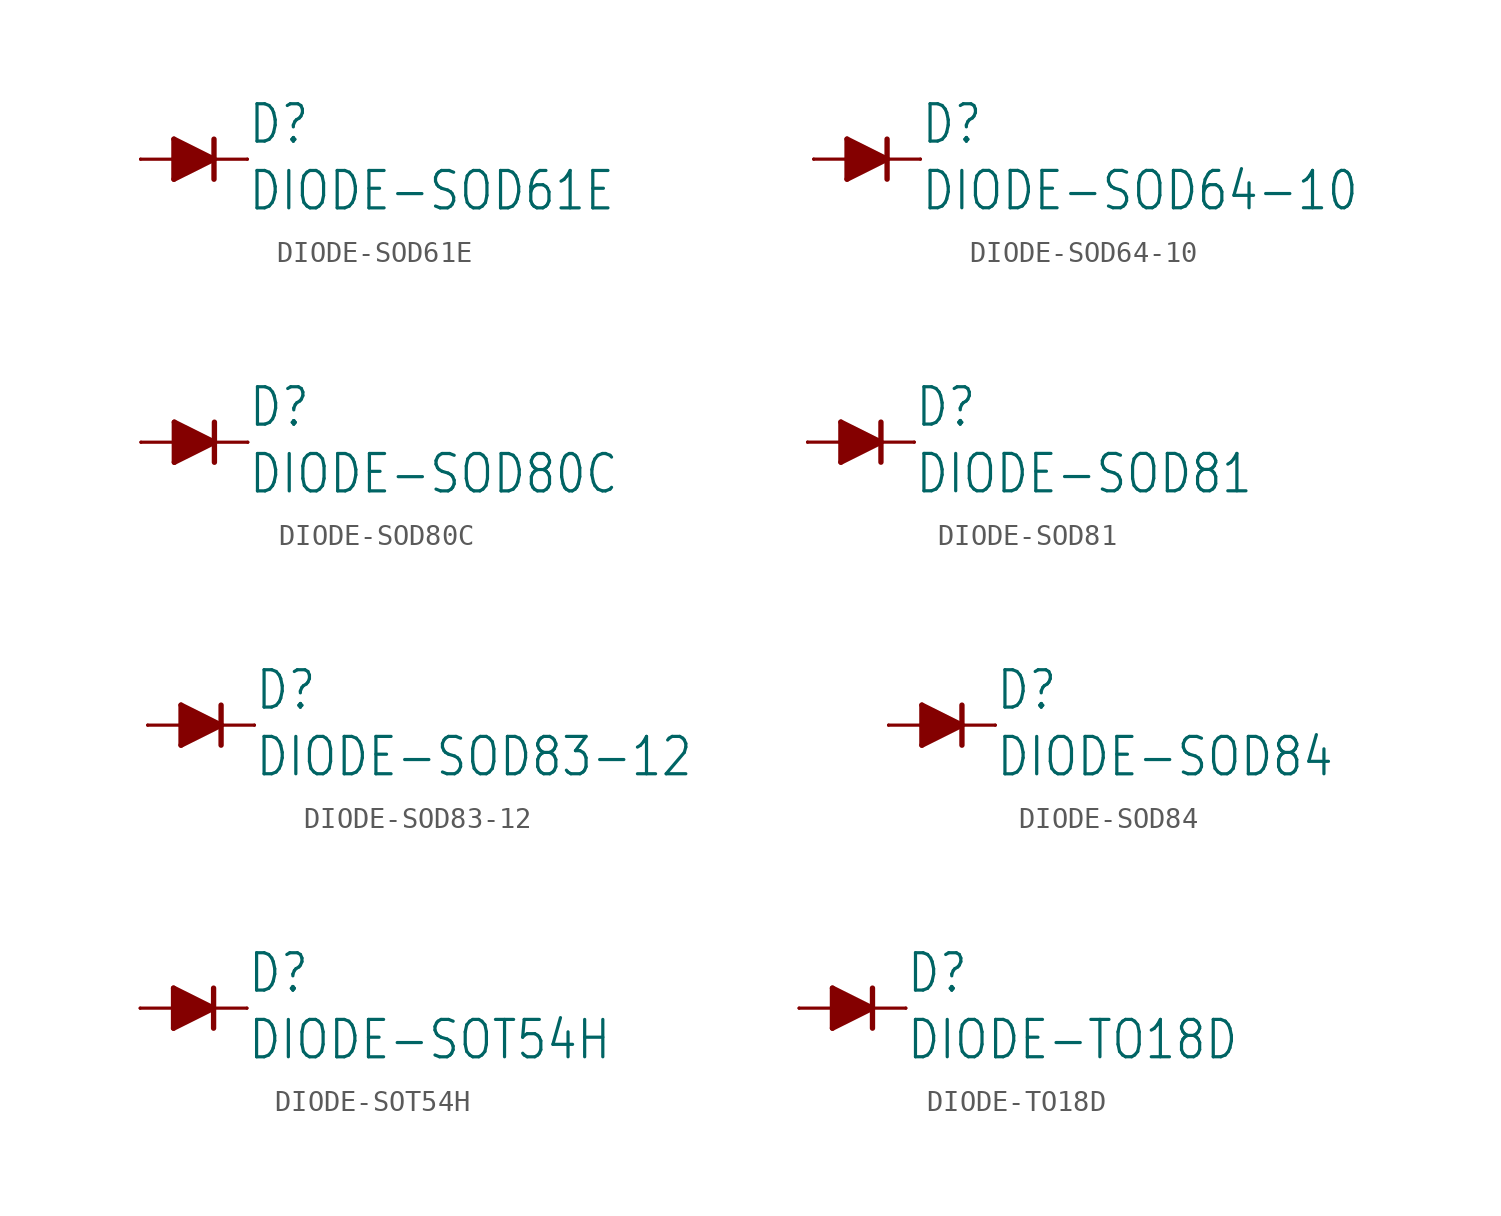
<source format=kicad_sym>
(kicad_symbol_lib
  (version 20211014)
  (generator kicad_symbol_editor)
  (symbol "DIODE-SOD61E"
    (property "Reference" "D"
      (at 2.54 0.635 0)
      (effects (font (size 1.778 1.511)) (justify left bottom)))
    (property "Value" "DIODE-SOD61E"
      (at 2.54 -2.54 0)
      (effects (font (size 1.778 1.511)) (justify left bottom)))
    (property "ki_locked" ""
      (at 0 0 0)
      (effects (font (size 1.27 1.27))))
    (symbol "DIODE-SOD61E_1_0"
      (polyline (pts (xy -0.953 -0.953) (xy 0.953 0)) (stroke (width 0.254) (type default) (color 0 0 0 0)) (fill (type none)))
      (polyline (pts (xy -0.953 0) (xy -2.54 0)) (stroke (width 0.152) (type default) (color 0 0 0 0)) (fill (type none)))
      (polyline (pts (xy -0.953 0) (xy -0.953 -0.953)) (stroke (width 0.254) (type default) (color 0 0 0 0)) (fill (type none)))
      (polyline (pts (xy -0.953 0.953) (xy -0.953 0)) (stroke (width 0.254) (type default) (color 0 0 0 0)) (fill (type none)))
      (polyline (pts (xy 0.953 0) (xy -0.953 0.953)) (stroke (width 0.254) (type default) (color 0 0 0 0)) (fill (type none)))
      (polyline (pts (xy 0.953 0) (xy 0.953 -0.953)) (stroke (width 0.254) (type default) (color 0 0 0 0)) (fill (type none)))
      (polyline (pts (xy 0.953 0) (xy 2.54 0)) (stroke (width 0.152) (type default) (color 0 0 0 0)) (fill (type none)))
      (polyline (pts (xy 0.953 0.953) (xy 0.953 0)) (stroke (width 0.254) (type default) (color 0 0 0 0)) (fill (type none)))
      (polyline (pts (xy -0.953 0.953) (xy 0.953 0) (xy -0.953 -0.953)) (stroke (width 0) (type default) (color 0 0 0 0)) (fill (type outline)))
      (pin passive line (at -2.54 0 0) (length 0) (name "A" (effects (font (size 0 0)))) (number "A" (effects (font (size 0 0)))))
      (pin passive line (at 2.54 0 180) (length 0) (name "C" (effects (font (size 0 0)))) (number "C" (effects (font (size 0 0)))))))
  (symbol "DIODE-SOD64-10"
    (property "Reference" "D"
      (at 2.54 0.635 0)
      (effects (font (size 1.778 1.511)) (justify left bottom)))
    (property "Value" "DIODE-SOD64-10"
      (at 2.54 -2.54 0)
      (effects (font (size 1.778 1.511)) (justify left bottom)))
    (property "ki_locked" ""
      (at 0 0 0)
      (effects (font (size 1.27 1.27))))
    (symbol "DIODE-SOD64-10_1_0"
      (polyline (pts (xy -0.953 -0.953) (xy 0.953 0)) (stroke (width 0.254) (type default) (color 0 0 0 0)) (fill (type none)))
      (polyline (pts (xy -0.953 0) (xy -2.54 0)) (stroke (width 0.152) (type default) (color 0 0 0 0)) (fill (type none)))
      (polyline (pts (xy -0.953 0) (xy -0.953 -0.953)) (stroke (width 0.254) (type default) (color 0 0 0 0)) (fill (type none)))
      (polyline (pts (xy -0.953 0.953) (xy -0.953 0)) (stroke (width 0.254) (type default) (color 0 0 0 0)) (fill (type none)))
      (polyline (pts (xy 0.953 0) (xy -0.953 0.953)) (stroke (width 0.254) (type default) (color 0 0 0 0)) (fill (type none)))
      (polyline (pts (xy 0.953 0) (xy 0.953 -0.953)) (stroke (width 0.254) (type default) (color 0 0 0 0)) (fill (type none)))
      (polyline (pts (xy 0.953 0) (xy 2.54 0)) (stroke (width 0.152) (type default) (color 0 0 0 0)) (fill (type none)))
      (polyline (pts (xy 0.953 0.953) (xy 0.953 0)) (stroke (width 0.254) (type default) (color 0 0 0 0)) (fill (type none)))
      (polyline (pts (xy -0.953 0.953) (xy 0.953 0) (xy -0.953 -0.953)) (stroke (width 0) (type default) (color 0 0 0 0)) (fill (type outline)))
      (pin passive line (at -2.54 0 0) (length 0) (name "A" (effects (font (size 0 0)))) (number "A" (effects (font (size 0 0)))))
      (pin passive line (at 2.54 0 180) (length 0) (name "C" (effects (font (size 0 0)))) (number "C" (effects (font (size 0 0)))))))
  (symbol "DIODE-SOD80C"
    (property "Reference" "D"
      (at 2.54 0.635 0)
      (effects (font (size 1.778 1.511)) (justify left bottom)))
    (property "Value" "DIODE-SOD80C"
      (at 2.54 -2.54 0)
      (effects (font (size 1.778 1.511)) (justify left bottom)))
    (property "ki_locked" ""
      (at 0 0 0)
      (effects (font (size 1.27 1.27))))
    (symbol "DIODE-SOD80C_1_0"
      (polyline (pts (xy -0.953 -0.953) (xy 0.953 0)) (stroke (width 0.254) (type default) (color 0 0 0 0)) (fill (type none)))
      (polyline (pts (xy -0.953 0) (xy -2.54 0)) (stroke (width 0.152) (type default) (color 0 0 0 0)) (fill (type none)))
      (polyline (pts (xy -0.953 0) (xy -0.953 -0.953)) (stroke (width 0.254) (type default) (color 0 0 0 0)) (fill (type none)))
      (polyline (pts (xy -0.953 0.953) (xy -0.953 0)) (stroke (width 0.254) (type default) (color 0 0 0 0)) (fill (type none)))
      (polyline (pts (xy 0.953 0) (xy -0.953 0.953)) (stroke (width 0.254) (type default) (color 0 0 0 0)) (fill (type none)))
      (polyline (pts (xy 0.953 0) (xy 0.953 -0.953)) (stroke (width 0.254) (type default) (color 0 0 0 0)) (fill (type none)))
      (polyline (pts (xy 0.953 0) (xy 2.54 0)) (stroke (width 0.152) (type default) (color 0 0 0 0)) (fill (type none)))
      (polyline (pts (xy 0.953 0.953) (xy 0.953 0)) (stroke (width 0.254) (type default) (color 0 0 0 0)) (fill (type none)))
      (polyline (pts (xy -0.953 0.953) (xy 0.953 0) (xy -0.953 -0.953)) (stroke (width 0) (type default) (color 0 0 0 0)) (fill (type outline)))
      (pin passive line (at -2.54 0 0) (length 0) (name "A" (effects (font (size 0 0)))) (number "A" (effects (font (size 0 0)))))
      (pin passive line (at 2.54 0 180) (length 0) (name "C" (effects (font (size 0 0)))) (number "C" (effects (font (size 0 0)))))))
  (symbol "DIODE-SOD81"
    (property "Reference" "D"
      (at 2.54 0.635 0)
      (effects (font (size 1.778 1.511)) (justify left bottom)))
    (property "Value" "DIODE-SOD81"
      (at 2.54 -2.54 0)
      (effects (font (size 1.778 1.511)) (justify left bottom)))
    (property "ki_locked" ""
      (at 0 0 0)
      (effects (font (size 1.27 1.27))))
    (symbol "DIODE-SOD81_1_0"
      (polyline (pts (xy -0.953 -0.953) (xy 0.953 0)) (stroke (width 0.254) (type default) (color 0 0 0 0)) (fill (type none)))
      (polyline (pts (xy -0.953 0) (xy -2.54 0)) (stroke (width 0.152) (type default) (color 0 0 0 0)) (fill (type none)))
      (polyline (pts (xy -0.953 0) (xy -0.953 -0.953)) (stroke (width 0.254) (type default) (color 0 0 0 0)) (fill (type none)))
      (polyline (pts (xy -0.953 0.953) (xy -0.953 0)) (stroke (width 0.254) (type default) (color 0 0 0 0)) (fill (type none)))
      (polyline (pts (xy 0.953 0) (xy -0.953 0.953)) (stroke (width 0.254) (type default) (color 0 0 0 0)) (fill (type none)))
      (polyline (pts (xy 0.953 0) (xy 0.953 -0.953)) (stroke (width 0.254) (type default) (color 0 0 0 0)) (fill (type none)))
      (polyline (pts (xy 0.953 0) (xy 2.54 0)) (stroke (width 0.152) (type default) (color 0 0 0 0)) (fill (type none)))
      (polyline (pts (xy 0.953 0.953) (xy 0.953 0)) (stroke (width 0.254) (type default) (color 0 0 0 0)) (fill (type none)))
      (polyline (pts (xy -0.953 0.953) (xy 0.953 0) (xy -0.953 -0.953)) (stroke (width 0) (type default) (color 0 0 0 0)) (fill (type outline)))
      (pin passive line (at -2.54 0 0) (length 0) (name "A" (effects (font (size 0 0)))) (number "A" (effects (font (size 0 0)))))
      (pin passive line (at 2.54 0 180) (length 0) (name "C" (effects (font (size 0 0)))) (number "C" (effects (font (size 0 0)))))))
  (symbol "DIODE-SOD83-12"
    (property "Reference" "D"
      (at 2.54 0.635 0)
      (effects (font (size 1.778 1.511)) (justify left bottom)))
    (property "Value" "DIODE-SOD83-12"
      (at 2.54 -2.54 0)
      (effects (font (size 1.778 1.511)) (justify left bottom)))
    (property "ki_locked" ""
      (at 0 0 0)
      (effects (font (size 1.27 1.27))))
    (symbol "DIODE-SOD83-12_1_0"
      (polyline (pts (xy -0.953 -0.953) (xy 0.953 0)) (stroke (width 0.254) (type default) (color 0 0 0 0)) (fill (type none)))
      (polyline (pts (xy -0.953 0) (xy -2.54 0)) (stroke (width 0.152) (type default) (color 0 0 0 0)) (fill (type none)))
      (polyline (pts (xy -0.953 0) (xy -0.953 -0.953)) (stroke (width 0.254) (type default) (color 0 0 0 0)) (fill (type none)))
      (polyline (pts (xy -0.953 0.953) (xy -0.953 0)) (stroke (width 0.254) (type default) (color 0 0 0 0)) (fill (type none)))
      (polyline (pts (xy 0.953 0) (xy -0.953 0.953)) (stroke (width 0.254) (type default) (color 0 0 0 0)) (fill (type none)))
      (polyline (pts (xy 0.953 0) (xy 0.953 -0.953)) (stroke (width 0.254) (type default) (color 0 0 0 0)) (fill (type none)))
      (polyline (pts (xy 0.953 0) (xy 2.54 0)) (stroke (width 0.152) (type default) (color 0 0 0 0)) (fill (type none)))
      (polyline (pts (xy 0.953 0.953) (xy 0.953 0)) (stroke (width 0.254) (type default) (color 0 0 0 0)) (fill (type none)))
      (polyline (pts (xy -0.953 0.953) (xy 0.953 0) (xy -0.953 -0.953)) (stroke (width 0) (type default) (color 0 0 0 0)) (fill (type outline)))
      (pin passive line (at -2.54 0 0) (length 0) (name "A" (effects (font (size 0 0)))) (number "A" (effects (font (size 0 0)))))
      (pin passive line (at 2.54 0 180) (length 0) (name "C" (effects (font (size 0 0)))) (number "C" (effects (font (size 0 0)))))))
  (symbol "DIODE-SOD84"
    (property "Reference" "D"
      (at 2.54 0.635 0)
      (effects (font (size 1.778 1.511)) (justify left bottom)))
    (property "Value" "DIODE-SOD84"
      (at 2.54 -2.54 0)
      (effects (font (size 1.778 1.511)) (justify left bottom)))
    (property "ki_locked" ""
      (at 0 0 0)
      (effects (font (size 1.27 1.27))))
    (symbol "DIODE-SOD84_1_0"
      (polyline (pts (xy -0.953 -0.953) (xy 0.953 0)) (stroke (width 0.254) (type default) (color 0 0 0 0)) (fill (type none)))
      (polyline (pts (xy -0.953 0) (xy -2.54 0)) (stroke (width 0.152) (type default) (color 0 0 0 0)) (fill (type none)))
      (polyline (pts (xy -0.953 0) (xy -0.953 -0.953)) (stroke (width 0.254) (type default) (color 0 0 0 0)) (fill (type none)))
      (polyline (pts (xy -0.953 0.953) (xy -0.953 0)) (stroke (width 0.254) (type default) (color 0 0 0 0)) (fill (type none)))
      (polyline (pts (xy 0.953 0) (xy -0.953 0.953)) (stroke (width 0.254) (type default) (color 0 0 0 0)) (fill (type none)))
      (polyline (pts (xy 0.953 0) (xy 0.953 -0.953)) (stroke (width 0.254) (type default) (color 0 0 0 0)) (fill (type none)))
      (polyline (pts (xy 0.953 0) (xy 2.54 0)) (stroke (width 0.152) (type default) (color 0 0 0 0)) (fill (type none)))
      (polyline (pts (xy 0.953 0.953) (xy 0.953 0)) (stroke (width 0.254) (type default) (color 0 0 0 0)) (fill (type none)))
      (polyline (pts (xy -0.953 0.953) (xy 0.953 0) (xy -0.953 -0.953)) (stroke (width 0) (type default) (color 0 0 0 0)) (fill (type outline)))
      (pin passive line (at -2.54 0 0) (length 0) (name "A" (effects (font (size 0 0)))) (number "A" (effects (font (size 0 0)))))
      (pin passive line (at 2.54 0 180) (length 0) (name "C" (effects (font (size 0 0)))) (number "C" (effects (font (size 0 0)))))))
  (symbol "DIODE-SOT54H"
    (property "Reference" "D"
      (at 2.54 0.635 0)
      (effects (font (size 1.778 1.511)) (justify left bottom)))
    (property "Value" "DIODE-SOT54H"
      (at 2.54 -2.54 0)
      (effects (font (size 1.778 1.511)) (justify left bottom)))
    (property "ki_locked" ""
      (at 0 0 0)
      (effects (font (size 1.27 1.27))))
    (symbol "DIODE-SOT54H_1_0"
      (polyline (pts (xy -0.953 -0.953) (xy 0.953 0)) (stroke (width 0.254) (type default) (color 0 0 0 0)) (fill (type none)))
      (polyline (pts (xy -0.953 0) (xy -2.54 0)) (stroke (width 0.152) (type default) (color 0 0 0 0)) (fill (type none)))
      (polyline (pts (xy -0.953 0) (xy -0.953 -0.953)) (stroke (width 0.254) (type default) (color 0 0 0 0)) (fill (type none)))
      (polyline (pts (xy -0.953 0.953) (xy -0.953 0)) (stroke (width 0.254) (type default) (color 0 0 0 0)) (fill (type none)))
      (polyline (pts (xy 0.953 0) (xy -0.953 0.953)) (stroke (width 0.254) (type default) (color 0 0 0 0)) (fill (type none)))
      (polyline (pts (xy 0.953 0) (xy 0.953 -0.953)) (stroke (width 0.254) (type default) (color 0 0 0 0)) (fill (type none)))
      (polyline (pts (xy 0.953 0) (xy 2.54 0)) (stroke (width 0.152) (type default) (color 0 0 0 0)) (fill (type none)))
      (polyline (pts (xy 0.953 0.953) (xy 0.953 0)) (stroke (width 0.254) (type default) (color 0 0 0 0)) (fill (type none)))
      (polyline (pts (xy -0.953 0.953) (xy 0.953 0) (xy -0.953 -0.953)) (stroke (width 0) (type default) (color 0 0 0 0)) (fill (type outline)))
      (pin passive line (at -2.54 0 0) (length 0) (name "A" (effects (font (size 0 0)))) (number "A" (effects (font (size 0 0)))))
      (pin passive line (at 2.54 0 180) (length 0) (name "C" (effects (font (size 0 0)))) (number "C" (effects (font (size 0 0)))))))
  (symbol "DIODE-TO18D"
    (property "Reference" "D"
      (at 2.54 0.635 0)
      (effects (font (size 1.778 1.511)) (justify left bottom)))
    (property "Value" "DIODE-TO18D"
      (at 2.54 -2.54 0)
      (effects (font (size 1.778 1.511)) (justify left bottom)))
    (property "ki_locked" ""
      (at 0 0 0)
      (effects (font (size 1.27 1.27))))
    (symbol "DIODE-TO18D_1_0"
      (polyline (pts (xy -0.953 -0.953) (xy 0.953 0)) (stroke (width 0.254) (type default) (color 0 0 0 0)) (fill (type none)))
      (polyline (pts (xy -0.953 0) (xy -2.54 0)) (stroke (width 0.152) (type default) (color 0 0 0 0)) (fill (type none)))
      (polyline (pts (xy -0.953 0) (xy -0.953 -0.953)) (stroke (width 0.254) (type default) (color 0 0 0 0)) (fill (type none)))
      (polyline (pts (xy -0.953 0.953) (xy -0.953 0)) (stroke (width 0.254) (type default) (color 0 0 0 0)) (fill (type none)))
      (polyline (pts (xy 0.953 0) (xy -0.953 0.953)) (stroke (width 0.254) (type default) (color 0 0 0 0)) (fill (type none)))
      (polyline (pts (xy 0.953 0) (xy 0.953 -0.953)) (stroke (width 0.254) (type default) (color 0 0 0 0)) (fill (type none)))
      (polyline (pts (xy 0.953 0) (xy 2.54 0)) (stroke (width 0.152) (type default) (color 0 0 0 0)) (fill (type none)))
      (polyline (pts (xy 0.953 0.953) (xy 0.953 0)) (stroke (width 0.254) (type default) (color 0 0 0 0)) (fill (type none)))
      (polyline (pts (xy -0.953 0.953) (xy 0.953 0) (xy -0.953 -0.953)) (stroke (width 0) (type default) (color 0 0 0 0)) (fill (type outline)))
      (pin passive line (at -2.54 0 0) (length 0) (name "A" (effects (font (size 0 0)))) (number "A" (effects (font (size 0 0)))))
      (pin passive line (at 2.54 0 180) (length 0) (name "C" (effects (font (size 0 0)))) (number "C" (effects (font (size 0 0))))))))
</source>
